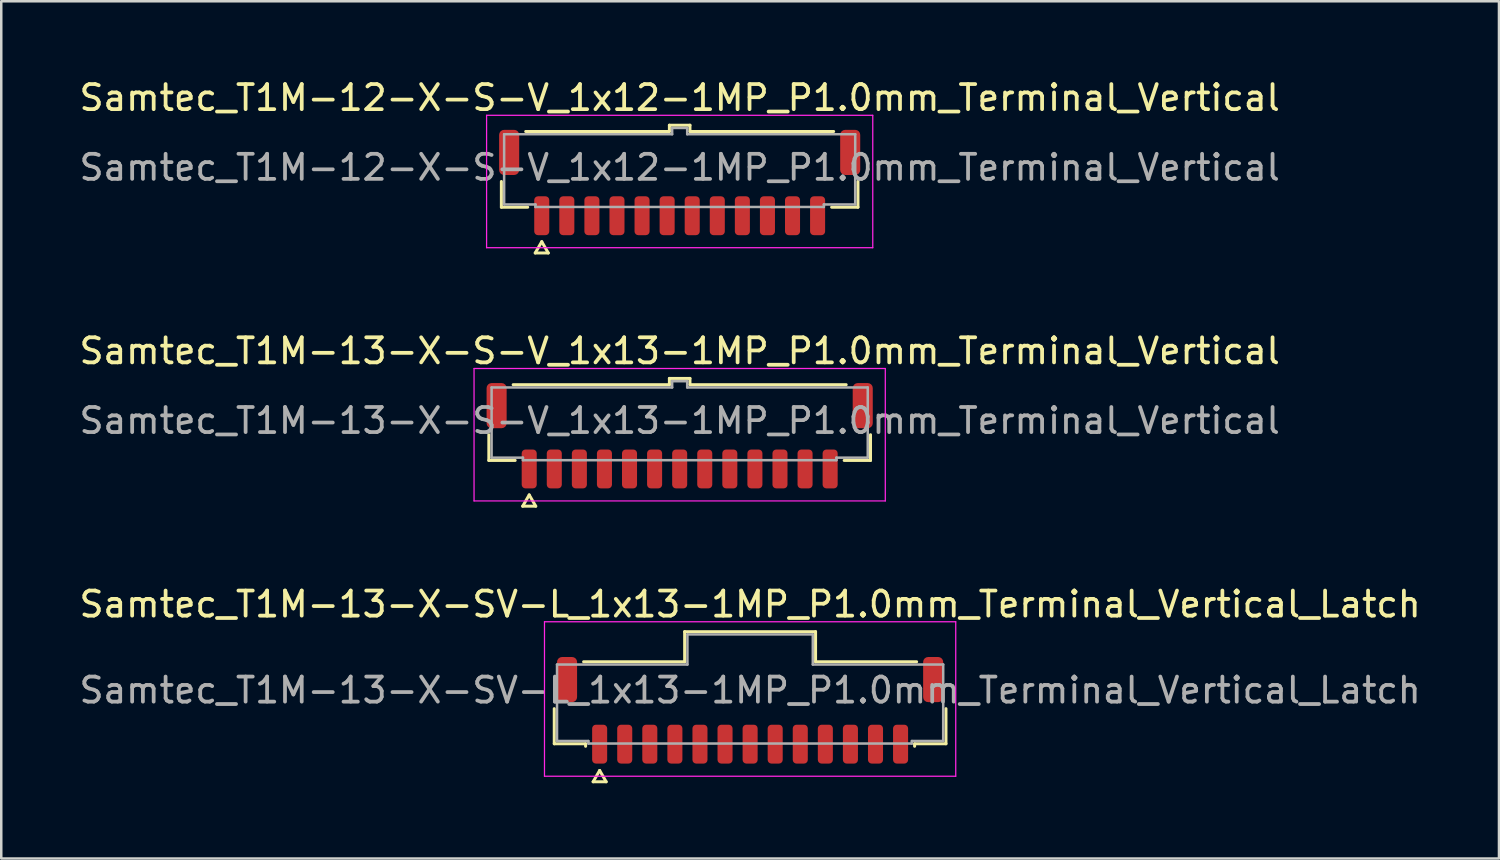
<source format=kicad_pcb>
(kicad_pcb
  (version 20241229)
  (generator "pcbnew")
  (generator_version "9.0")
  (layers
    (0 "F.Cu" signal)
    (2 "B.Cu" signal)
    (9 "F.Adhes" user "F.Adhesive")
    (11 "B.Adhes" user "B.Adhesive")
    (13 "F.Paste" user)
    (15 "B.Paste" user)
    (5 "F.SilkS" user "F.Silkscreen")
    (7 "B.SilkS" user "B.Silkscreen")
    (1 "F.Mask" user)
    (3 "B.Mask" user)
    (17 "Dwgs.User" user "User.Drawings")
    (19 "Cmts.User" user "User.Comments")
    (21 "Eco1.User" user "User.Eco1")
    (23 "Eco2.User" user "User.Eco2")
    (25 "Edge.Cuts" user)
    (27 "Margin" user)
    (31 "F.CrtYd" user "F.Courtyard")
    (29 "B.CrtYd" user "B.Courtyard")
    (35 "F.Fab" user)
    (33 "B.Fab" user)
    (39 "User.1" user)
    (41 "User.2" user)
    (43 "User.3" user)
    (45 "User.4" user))
  (footprint "Samtec_T1M-13-X-SV-L_1x13-1MP_P1.0mm_Terminal_Vertical_Latch"
    (layer "F.Cu")
    (at 26.863 24.475)
    (property "Reference" "Samtec_T1M-13-X-SV-L_1x13-1MP_P1.0mm_Terminal_Vertical_Latch" (at 0 -3.43 0) (layer "F.SilkS") (effects (font (size 1 1) (thickness 0.15))))
    (attr smd)
    (fp_line (start -7.81 2.135) (end -7.81 0.735) (stroke (width 0.12) (type solid)) (layer "F.SilkS"))
    (fp_line (start -6.64 -1.135) (end -2.61 -1.135) (stroke (width 0.12) (type solid)) (layer "F.SilkS"))
    (fp_line (start -6.56 2.135) (end -7.81 2.135) (stroke (width 0.12) (type solid)) (layer "F.SilkS"))
    (fp_line (start -6.56 2.235) (end -6.56 2.135) (stroke (width 0.12) (type solid)) (layer "F.SilkS"))
    (fp_line (start -6.26 3.65) (end -6 3.2) (stroke (width 0.12) (type solid)) (layer "F.SilkS"))
    (fp_line (start -6 3.2) (end -5.74 3.65) (stroke (width 0.12) (type solid)) (layer "F.SilkS"))
    (fp_line (start -5.74 3.65) (end -6.26 3.65) (stroke (width 0.12) (type solid)) (layer "F.SilkS"))
    (fp_line (start -2.61 -2.335) (end 2.61 -2.335) (stroke (width 0.12) (type solid)) (layer "F.SilkS"))
    (fp_line (start -2.61 -1.135) (end -2.61 -2.335) (stroke (width 0.12) (type solid)) (layer "F.SilkS"))
    (fp_line (start 2.61 -2.335) (end 2.61 -1.135) (stroke (width 0.12) (type solid)) (layer "F.SilkS"))
    (fp_line (start 2.61 -1.135) (end 6.64 -1.135) (stroke (width 0.12) (type solid)) (layer "F.SilkS"))
    (fp_line (start 6.56 2.135) (end 6.56 2.235) (stroke (width 0.12) (type solid)) (layer "F.SilkS"))
    (fp_line (start 7.81 0.735) (end 7.81 2.135) (stroke (width 0.12) (type solid)) (layer "F.SilkS"))
    (fp_line (start 7.81 2.135) (end 6.56 2.135) (stroke (width 0.12) (type solid)) (layer "F.SilkS"))
    (fp_line (start -8.2 -2.73) (end -8.2 3.43) (stroke (width 0.05) (type solid)) (layer "F.CrtYd"))
    (fp_line (start -8.2 3.43) (end 8.2 3.43) (stroke (width 0.05) (type solid)) (layer "F.CrtYd"))
    (fp_line (start 8.2 -2.73) (end -8.2 -2.73) (stroke (width 0.05) (type solid)) (layer "F.CrtYd"))
    (fp_line (start 8.2 3.43) (end 8.2 -2.73) (stroke (width 0.05) (type solid)) (layer "F.CrtYd"))
    (fp_line (start -7.7 -1.025) (end -2.5 -1.025) (stroke (width 0.1) (type solid)) (layer "F.Fab"))
    (fp_line (start -7.7 2.025) (end -7.7 -1.025) (stroke (width 0.1) (type solid)) (layer "F.Fab"))
    (fp_line (start -6.45 2.025) (end -7.7 2.025) (stroke (width 0.1) (type solid)) (layer "F.Fab"))
    (fp_line (start -6.45 2.125) (end -6.45 2.025) (stroke (width 0.1) (type solid)) (layer "F.Fab"))
    (fp_line (start -2.5 -2.225) (end 2.5 -2.225) (stroke (width 0.1) (type solid)) (layer "F.Fab"))
    (fp_line (start -2.5 -1.025) (end -2.5 -2.225) (stroke (width 0.1) (type solid)) (layer "F.Fab"))
    (fp_line (start 2.5 -2.225) (end 2.5 -1.025) (stroke (width 0.1) (type solid)) (layer "F.Fab"))
    (fp_line (start 2.5 -1.025) (end 7.7 -1.025) (stroke (width 0.1) (type solid)) (layer "F.Fab"))
    (fp_line (start 6.45 2.025) (end 6.45 2.125) (stroke (width 0.1) (type solid)) (layer "F.Fab"))
    (fp_line (start 6.45 2.125) (end -6.45 2.125) (stroke (width 0.1) (type solid)) (layer "F.Fab"))
    (fp_line (start 7.7 -1.025) (end 7.7 2.025) (stroke (width 0.1) (type solid)) (layer "F.Fab"))
    (fp_line (start 7.7 2.025) (end 6.45 2.025) (stroke (width 0.1) (type solid)) (layer "F.Fab"))
    (fp_text user "${REFERENCE}" (at 0 0 0) (layer "F.Fab") (effects (font (size 1 1) (thickness 0.15))))
    (pad "1" smd roundrect (at -6 2.15) (size 0.6 1.55) (layers "F.Cu" "F.Mask" "F.Paste") (roundrect_rratio 0.25))
    (pad "2" smd roundrect (at -5 2.15) (size 0.6 1.55) (layers "F.Cu" "F.Mask" "F.Paste") (roundrect_rratio 0.25))
    (pad "3" smd roundrect (at -4 2.15) (size 0.6 1.55) (layers "F.Cu" "F.Mask" "F.Paste") (roundrect_rratio 0.25))
    (pad "4" smd roundrect (at -3 2.15) (size 0.6 1.55) (layers "F.Cu" "F.Mask" "F.Paste") (roundrect_rratio 0.25))
    (pad "5" smd roundrect (at -2 2.15) (size 0.6 1.55) (layers "F.Cu" "F.Mask" "F.Paste") (roundrect_rratio 0.25))
    (pad "6" smd roundrect (at -1 2.15) (size 0.6 1.55) (layers "F.Cu" "F.Mask" "F.Paste") (roundrect_rratio 0.25))
    (pad "7" smd roundrect (at 0 2.15) (size 0.6 1.55) (layers "F.Cu" "F.Mask" "F.Paste") (roundrect_rratio 0.25))
    (pad "8" smd roundrect (at 1 2.15) (size 0.6 1.55) (layers "F.Cu" "F.Mask" "F.Paste") (roundrect_rratio 0.25))
    (pad "9" smd roundrect (at 2 2.15) (size 0.6 1.55) (layers "F.Cu" "F.Mask" "F.Paste") (roundrect_rratio 0.25))
    (pad "10" smd roundrect (at 3 2.15) (size 0.6 1.55) (layers "F.Cu" "F.Mask" "F.Paste") (roundrect_rratio 0.25))
    (pad "11" smd roundrect (at 4 2.15) (size 0.6 1.55) (layers "F.Cu" "F.Mask" "F.Paste") (roundrect_rratio 0.25))
    (pad "12" smd roundrect (at 5 2.15) (size 0.6 1.55) (layers "F.Cu" "F.Mask" "F.Paste") (roundrect_rratio 0.25))
    (pad "13" smd roundrect (at 6 2.15) (size 0.6 1.55) (layers "F.Cu" "F.Mask" "F.Paste") (roundrect_rratio 0.25))
    (pad "MP" smd roundrect (at -7.3 -0.425) (size 0.8 1.8) (layers "F.Cu" "F.Mask" "F.Paste") (roundrect_rratio 0.25))
    (pad "MP" smd roundrect (at 7.3 -0.425) (size 0.8 1.8) (layers "F.Cu" "F.Mask" "F.Paste") (roundrect_rratio 0.25)))
  (footprint "Samtec_T1M-13-X-S-V_1x13-1MP_P1.0mm_Terminal_Vertical"
    (layer "F.Cu")
    (at 24.054 13.726)
    (property "Reference" "Samtec_T1M-13-X-S-V_1x13-1MP_P1.0mm_Terminal_Vertical" (at 0 -2.78 0) (layer "F.SilkS") (effects (font (size 1 1) (thickness 0.15))))
    (attr smd)
    (fp_line (start -7.61 1.585) (end -7.61 0.56) (stroke (width 0.12) (type solid)) (layer "F.SilkS"))
    (fp_line (start -6.64 -1.435) (end -0.41 -1.435) (stroke (width 0.12) (type solid)) (layer "F.SilkS"))
    (fp_line (start -6.56 1.585) (end -7.61 1.585) (stroke (width 0.12) (type solid)) (layer "F.SilkS"))
    (fp_line (start -6.26 3.41) (end -6 2.96) (stroke (width 0.12) (type solid)) (layer "F.SilkS"))
    (fp_line (start -6 2.96) (end -5.74 3.41) (stroke (width 0.12) (type solid)) (layer "F.SilkS"))
    (fp_line (start -5.74 3.41) (end -6.26 3.41) (stroke (width 0.12) (type solid)) (layer "F.SilkS"))
    (fp_line (start -0.41 -1.685) (end 0.41 -1.685) (stroke (width 0.12) (type solid)) (layer "F.SilkS"))
    (fp_line (start -0.41 -1.435) (end -0.41 -1.685) (stroke (width 0.12) (type solid)) (layer "F.SilkS"))
    (fp_line (start 0.41 -1.685) (end 0.41 -1.435) (stroke (width 0.12) (type solid)) (layer "F.SilkS"))
    (fp_line (start 0.41 -1.435) (end 6.64 -1.435) (stroke (width 0.12) (type solid)) (layer "F.SilkS"))
    (fp_line (start 7.61 0.56) (end 7.61 1.585) (stroke (width 0.12) (type solid)) (layer "F.SilkS"))
    (fp_line (start 7.61 1.585) (end 6.56 1.585) (stroke (width 0.12) (type solid)) (layer "F.SilkS"))
    (fp_line (start -8.2 -2.08) (end -8.2 3.2) (stroke (width 0.05) (type solid)) (layer "F.CrtYd"))
    (fp_line (start -8.2 3.2) (end 8.2 3.2) (stroke (width 0.05) (type solid)) (layer "F.CrtYd"))
    (fp_line (start 8.2 -2.08) (end -8.2 -2.08) (stroke (width 0.05) (type solid)) (layer "F.CrtYd"))
    (fp_line (start 8.2 3.2) (end 8.2 -2.08) (stroke (width 0.05) (type solid)) (layer "F.CrtYd"))
    (fp_line (start -7.5 -1.325) (end -0.3 -1.325) (stroke (width 0.1) (type solid)) (layer "F.Fab"))
    (fp_line (start -7.5 1.475) (end -7.5 -1.325) (stroke (width 0.1) (type solid)) (layer "F.Fab"))
    (fp_line (start -6.25 1.475) (end -7.5 1.475) (stroke (width 0.1) (type solid)) (layer "F.Fab"))
    (fp_line (start -6.25 1.575) (end -6.25 1.475) (stroke (width 0.1) (type solid)) (layer "F.Fab"))
    (fp_line (start -0.3 -1.575) (end 0.3 -1.575) (stroke (width 0.1) (type solid)) (layer "F.Fab"))
    (fp_line (start -0.3 -1.325) (end -0.3 -1.575) (stroke (width 0.1) (type solid)) (layer "F.Fab"))
    (fp_line (start 0.3 -1.575) (end 0.3 -1.325) (stroke (width 0.1) (type solid)) (layer "F.Fab"))
    (fp_line (start 0.3 -1.325) (end 7.5 -1.325) (stroke (width 0.1) (type solid)) (layer "F.Fab"))
    (fp_line (start 6.25 1.475) (end 6.25 1.575) (stroke (width 0.1) (type solid)) (layer "F.Fab"))
    (fp_line (start 6.25 1.575) (end -6.25 1.575) (stroke (width 0.1) (type solid)) (layer "F.Fab"))
    (fp_line (start 7.5 -1.325) (end 7.5 1.475) (stroke (width 0.1) (type solid)) (layer "F.Fab"))
    (fp_line (start 7.5 1.475) (end 6.25 1.475) (stroke (width 0.1) (type solid)) (layer "F.Fab"))
    (fp_text user "${REFERENCE}" (at 0 0 0) (layer "F.Fab") (effects (font (size 1 1) (thickness 0.15))))
    (pad "1" smd roundrect (at -6 1.925) (size 0.6 1.55) (layers "F.Cu" "F.Mask" "F.Paste") (roundrect_rratio 0.25))
    (pad "2" smd roundrect (at -5 1.925) (size 0.6 1.55) (layers "F.Cu" "F.Mask" "F.Paste") (roundrect_rratio 0.25))
    (pad "3" smd roundrect (at -4 1.925) (size 0.6 1.55) (layers "F.Cu" "F.Mask" "F.Paste") (roundrect_rratio 0.25))
    (pad "4" smd roundrect (at -3 1.925) (size 0.6 1.55) (layers "F.Cu" "F.Mask" "F.Paste") (roundrect_rratio 0.25))
    (pad "5" smd roundrect (at -2 1.925) (size 0.6 1.55) (layers "F.Cu" "F.Mask" "F.Paste") (roundrect_rratio 0.25))
    (pad "6" smd roundrect (at -1 1.925) (size 0.6 1.55) (layers "F.Cu" "F.Mask" "F.Paste") (roundrect_rratio 0.25))
    (pad "7" smd roundrect (at 0 1.925) (size 0.6 1.55) (layers "F.Cu" "F.Mask" "F.Paste") (roundrect_rratio 0.25))
    (pad "8" smd roundrect (at 1 1.925) (size 0.6 1.55) (layers "F.Cu" "F.Mask" "F.Paste") (roundrect_rratio 0.25))
    (pad "9" smd roundrect (at 2 1.925) (size 0.6 1.55) (layers "F.Cu" "F.Mask" "F.Paste") (roundrect_rratio 0.25))
    (pad "10" smd roundrect (at 3 1.925) (size 0.6 1.55) (layers "F.Cu" "F.Mask" "F.Paste") (roundrect_rratio 0.25))
    (pad "11" smd roundrect (at 4 1.925) (size 0.6 1.55) (layers "F.Cu" "F.Mask" "F.Paste") (roundrect_rratio 0.25))
    (pad "12" smd roundrect (at 5 1.925) (size 0.6 1.55) (layers "F.Cu" "F.Mask" "F.Paste") (roundrect_rratio 0.25))
    (pad "13" smd roundrect (at 6 1.925) (size 0.6 1.55) (layers "F.Cu" "F.Mask" "F.Paste") (roundrect_rratio 0.25))
    (pad "MP" smd roundrect (at -7.3 -0.6) (size 0.8 1.8) (layers "F.Cu" "F.Mask" "F.Paste") (roundrect_rratio 0.25))
    (pad "MP" smd roundrect (at 7.3 -0.6) (size 0.8 1.8) (layers "F.Cu" "F.Mask" "F.Paste") (roundrect_rratio 0.25)))
  (footprint "Samtec_T1M-12-X-S-V_1x12-1MP_P1.0mm_Terminal_Vertical"
    (layer "F.Cu")
    (at 24.054 3.628)
    (property "Reference" "Samtec_T1M-12-X-S-V_1x12-1MP_P1.0mm_Terminal_Vertical" (at 0 -2.78 0) (layer "F.SilkS") (effects (font (size 1 1) (thickness 0.15))))
    (attr smd)
    (fp_line (start -7.11 1.585) (end -7.11 0.56) (stroke (width 0.12) (type solid)) (layer "F.SilkS"))
    (fp_line (start -6.14 -1.435) (end -0.41 -1.435) (stroke (width 0.12) (type solid)) (layer "F.SilkS"))
    (fp_line (start -6.06 1.585) (end -7.11 1.585) (stroke (width 0.12) (type solid)) (layer "F.SilkS"))
    (fp_line (start -5.76 3.41) (end -5.5 2.96) (stroke (width 0.12) (type solid)) (layer "F.SilkS"))
    (fp_line (start -5.5 2.96) (end -5.24 3.41) (stroke (width 0.12) (type solid)) (layer "F.SilkS"))
    (fp_line (start -5.24 3.41) (end -5.76 3.41) (stroke (width 0.12) (type solid)) (layer "F.SilkS"))
    (fp_line (start -0.41 -1.685) (end 0.41 -1.685) (stroke (width 0.12) (type solid)) (layer "F.SilkS"))
    (fp_line (start -0.41 -1.435) (end -0.41 -1.685) (stroke (width 0.12) (type solid)) (layer "F.SilkS"))
    (fp_line (start 0.41 -1.685) (end 0.41 -1.435) (stroke (width 0.12) (type solid)) (layer "F.SilkS"))
    (fp_line (start 0.41 -1.435) (end 6.14 -1.435) (stroke (width 0.12) (type solid)) (layer "F.SilkS"))
    (fp_line (start 7.11 0.56) (end 7.11 1.585) (stroke (width 0.12) (type solid)) (layer "F.SilkS"))
    (fp_line (start 7.11 1.585) (end 6.06 1.585) (stroke (width 0.12) (type solid)) (layer "F.SilkS"))
    (fp_line (start -7.7 -2.08) (end -7.7 3.2) (stroke (width 0.05) (type solid)) (layer "F.CrtYd"))
    (fp_line (start -7.7 3.2) (end 7.7 3.2) (stroke (width 0.05) (type solid)) (layer "F.CrtYd"))
    (fp_line (start 7.7 -2.08) (end -7.7 -2.08) (stroke (width 0.05) (type solid)) (layer "F.CrtYd"))
    (fp_line (start 7.7 3.2) (end 7.7 -2.08) (stroke (width 0.05) (type solid)) (layer "F.CrtYd"))
    (fp_line (start -7 -1.325) (end -0.3 -1.325) (stroke (width 0.1) (type solid)) (layer "F.Fab"))
    (fp_line (start -7 1.475) (end -7 -1.325) (stroke (width 0.1) (type solid)) (layer "F.Fab"))
    (fp_line (start -5.75 1.475) (end -7 1.475) (stroke (width 0.1) (type solid)) (layer "F.Fab"))
    (fp_line (start -5.75 1.575) (end -5.75 1.475) (stroke (width 0.1) (type solid)) (layer "F.Fab"))
    (fp_line (start -0.3 -1.575) (end 0.3 -1.575) (stroke (width 0.1) (type solid)) (layer "F.Fab"))
    (fp_line (start -0.3 -1.325) (end -0.3 -1.575) (stroke (width 0.1) (type solid)) (layer "F.Fab"))
    (fp_line (start 0.3 -1.575) (end 0.3 -1.325) (stroke (width 0.1) (type solid)) (layer "F.Fab"))
    (fp_line (start 0.3 -1.325) (end 7 -1.325) (stroke (width 0.1) (type solid)) (layer "F.Fab"))
    (fp_line (start 5.75 1.475) (end 5.75 1.575) (stroke (width 0.1) (type solid)) (layer "F.Fab"))
    (fp_line (start 5.75 1.575) (end -5.75 1.575) (stroke (width 0.1) (type solid)) (layer "F.Fab"))
    (fp_line (start 7 -1.325) (end 7 1.475) (stroke (width 0.1) (type solid)) (layer "F.Fab"))
    (fp_line (start 7 1.475) (end 5.75 1.475) (stroke (width 0.1) (type solid)) (layer "F.Fab"))
    (fp_text user "${REFERENCE}" (at 0 0 0) (layer "F.Fab") (effects (font (size 1 1) (thickness 0.15))))
    (pad "1" smd roundrect (at -5.5 1.925) (size 0.6 1.55) (layers "F.Cu" "F.Mask" "F.Paste") (roundrect_rratio 0.25))
    (pad "2" smd roundrect (at -4.5 1.925) (size 0.6 1.55) (layers "F.Cu" "F.Mask" "F.Paste") (roundrect_rratio 0.25))
    (pad "3" smd roundrect (at -3.5 1.925) (size 0.6 1.55) (layers "F.Cu" "F.Mask" "F.Paste") (roundrect_rratio 0.25))
    (pad "4" smd roundrect (at -2.5 1.925) (size 0.6 1.55) (layers "F.Cu" "F.Mask" "F.Paste") (roundrect_rratio 0.25))
    (pad "5" smd roundrect (at -1.5 1.925) (size 0.6 1.55) (layers "F.Cu" "F.Mask" "F.Paste") (roundrect_rratio 0.25))
    (pad "6" smd roundrect (at -0.5 1.925) (size 0.6 1.55) (layers "F.Cu" "F.Mask" "F.Paste") (roundrect_rratio 0.25))
    (pad "7" smd roundrect (at 0.5 1.925) (size 0.6 1.55) (layers "F.Cu" "F.Mask" "F.Paste") (roundrect_rratio 0.25))
    (pad "8" smd roundrect (at 1.5 1.925) (size 0.6 1.55) (layers "F.Cu" "F.Mask" "F.Paste") (roundrect_rratio 0.25))
    (pad "9" smd roundrect (at 2.5 1.925) (size 0.6 1.55) (layers "F.Cu" "F.Mask" "F.Paste") (roundrect_rratio 0.25))
    (pad "10" smd roundrect (at 3.5 1.925) (size 0.6 1.55) (layers "F.Cu" "F.Mask" "F.Paste") (roundrect_rratio 0.25))
    (pad "11" smd roundrect (at 4.5 1.925) (size 0.6 1.55) (layers "F.Cu" "F.Mask" "F.Paste") (roundrect_rratio 0.25))
    (pad "12" smd roundrect (at 5.5 1.925) (size 0.6 1.55) (layers "F.Cu" "F.Mask" "F.Paste") (roundrect_rratio 0.25))
    (pad "MP" smd roundrect (at -6.8 -0.6) (size 0.8 1.8) (layers "F.Cu" "F.Mask" "F.Paste") (roundrect_rratio 0.25))
    (pad "MP" smd roundrect (at 6.8 -0.6) (size 0.8 1.8) (layers "F.Cu" "F.Mask" "F.Paste") (roundrect_rratio 0.25)))
  (gr_rect
    (start -3 -3)
    (end 56.726 31.185)
    (stroke (width 0.1) (type default))
    (fill no)
    (layer "Edge.Cuts")))
</source>
